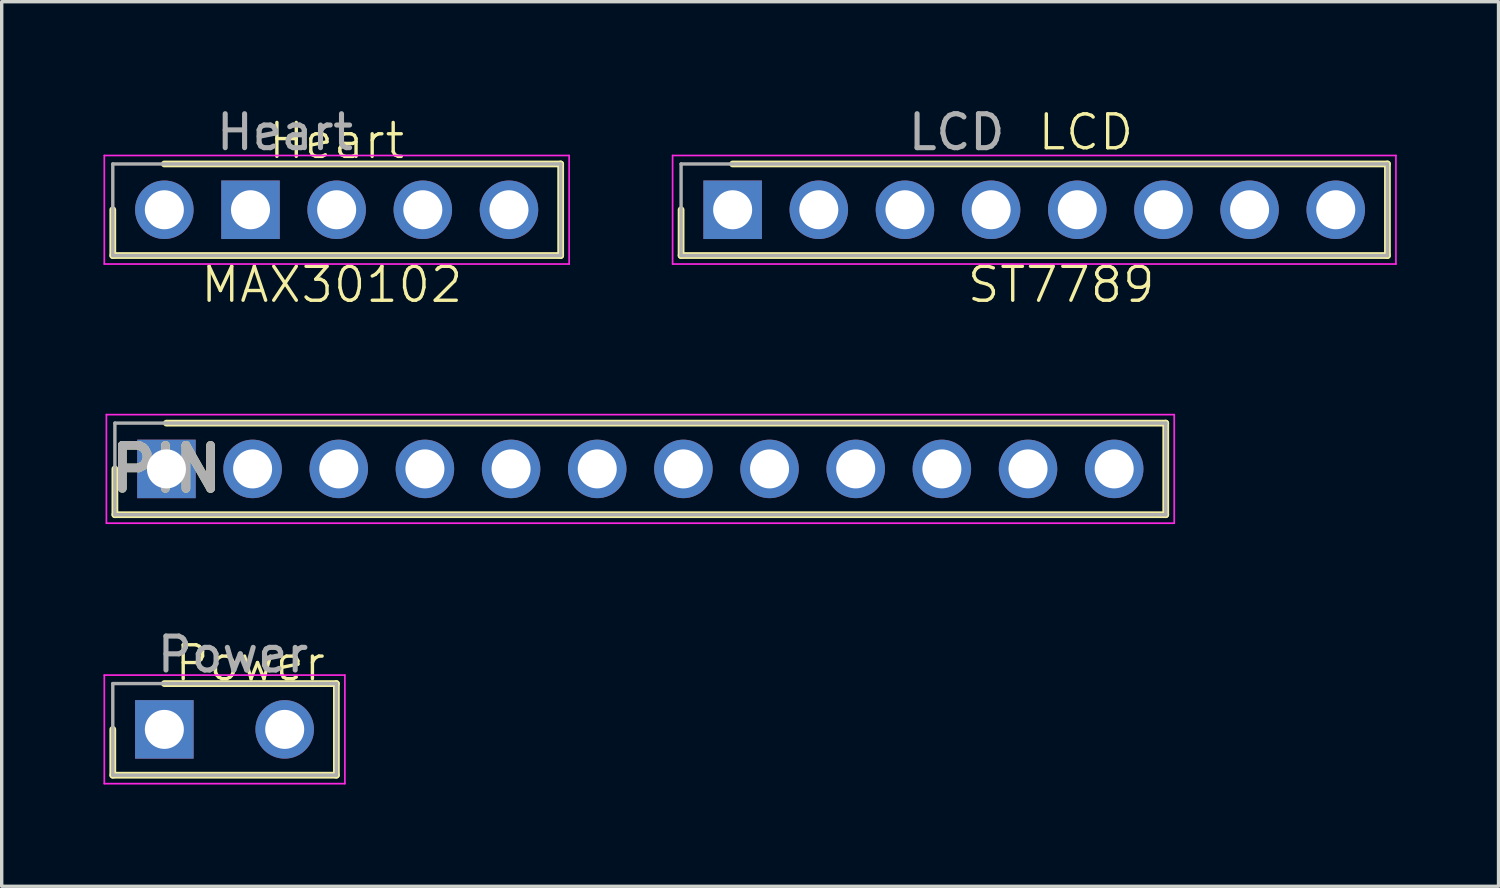
<source format=kicad_pcb>
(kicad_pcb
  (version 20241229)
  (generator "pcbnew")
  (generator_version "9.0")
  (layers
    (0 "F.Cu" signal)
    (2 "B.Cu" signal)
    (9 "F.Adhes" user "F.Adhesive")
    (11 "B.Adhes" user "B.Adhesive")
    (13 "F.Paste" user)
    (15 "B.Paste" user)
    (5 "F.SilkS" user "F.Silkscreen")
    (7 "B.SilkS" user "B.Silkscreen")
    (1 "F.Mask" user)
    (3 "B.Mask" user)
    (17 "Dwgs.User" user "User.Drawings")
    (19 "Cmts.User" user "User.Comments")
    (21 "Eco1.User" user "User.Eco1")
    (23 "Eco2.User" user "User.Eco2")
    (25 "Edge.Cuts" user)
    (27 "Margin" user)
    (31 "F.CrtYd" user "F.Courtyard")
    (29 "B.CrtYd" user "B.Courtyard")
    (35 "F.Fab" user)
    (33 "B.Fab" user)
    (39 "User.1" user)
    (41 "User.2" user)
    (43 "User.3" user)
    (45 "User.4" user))
  (footprint "LCD"
    (layer "F.Cu")
    (at 28.709 2.88)
    (property "Reference" "LCD" (at 0.254 -2.032 0) (unlocked yes) (layer "F.SilkS") (effects (font (size 1 1) (thickness 0.1))))
    (attr through_hole)
    (fp_line (start -11.68 0.254) (end -11.68 1.604) (stroke (width 0.2) (type solid)) (layer "F.SilkS"))
    (fp_line (start -11.68 1.604) (end 9.144 1.604) (stroke (width 0.2) (type solid)) (layer "F.SilkS"))
    (fp_line (start 9.144 -1.096) (end -10.16 -1.096) (stroke (width 0.2) (type solid)) (layer "F.SilkS"))
    (fp_line (start 9.144 1.604) (end 9.144 -1.096) (stroke (width 0.2) (type solid)) (layer "F.SilkS"))
    (fp_line (start -11.93 -1.346) (end 9.394 -1.346) (stroke (width 0.05) (type solid)) (layer "F.CrtYd"))
    (fp_line (start -11.93 1.854) (end -11.93 -1.346) (stroke (width 0.05) (type solid)) (layer "F.CrtYd"))
    (fp_line (start 9.394 -1.346) (end 9.394 1.854) (stroke (width 0.05) (type solid)) (layer "F.CrtYd"))
    (fp_line (start 9.394 1.854) (end -11.93 1.854) (stroke (width 0.05) (type solid)) (layer "F.CrtYd"))
    (fp_line (start -11.68 -1.096) (end 9.144 -1.096) (stroke (width 0.1) (type solid)) (layer "F.Fab"))
    (fp_line (start -11.68 1.604) (end -11.68 -1.096) (stroke (width 0.1) (type solid)) (layer "F.Fab"))
    (fp_line (start 9.144 -1.096) (end 9.144 1.604) (stroke (width 0.1) (type solid)) (layer "F.Fab"))
    (fp_line (start 9.144 1.604) (end -11.68 1.604) (stroke (width 0.1) (type solid)) (layer "F.Fab"))
    (fp_text user "ST7789" (at -3.302 3.048 0) (unlocked yes) (layer "F.SilkS") (effects (font (size 1 1) (thickness 0.1)) (justify left bottom)))
    (fp_text user "${REFERENCE}" (at -3.556 -2.032 0) (unlocked yes) (layer "F.Fab") (effects (font (size 1 1) (thickness 0.15))))
    (pad "1" thru_hole circle (at 7.62 0.254) (size 1.725 1.725) (drill 1.15) (layers "*.Cu" "*.Mask"))
    (pad "2" thru_hole circle (at 5.08 0.254) (size 1.725 1.725) (drill 1.15) (layers "*.Cu" "*.Mask"))
    (pad "3" thru_hole circle (at 2.54 0.254) (size 1.725 1.725) (drill 1.15) (layers "*.Cu" "*.Mask"))
    (pad "4" thru_hole circle (at 0 0.254) (size 1.725 1.725) (drill 1.15) (layers "*.Cu" "*.Mask"))
    (pad "5" thru_hole circle (at -2.54 0.254) (size 1.725 1.725) (drill 1.15) (layers "*.Cu" "*.Mask"))
    (pad "6" thru_hole circle (at -5.08 0.254) (size 1.725 1.725) (drill 1.15) (layers "*.Cu" "*.Mask"))
    (pad "7" thru_hole circle (at -7.62 0.254) (size 1.725 1.725) (drill 1.15) (layers "*.Cu" "*.Mask"))
    (pad "8" thru_hole rect (at -10.16 0.254) (size 1.725 1.725) (drill 1.15) (layers "*.Cu" "*.Mask")))
  (footprint "Heart"
    (layer "F.Cu")
    (at 6.875 2.88)
    (property "Reference" "Heart" (at 0 -1.778 0) (unlocked yes) (layer "F.SilkS") (effects (font (size 1 1) (thickness 0.1))))
    (attr through_hole)
    (fp_line (start -6.6 0.254) (end -6.6 1.604) (stroke (width 0.2) (type solid)) (layer "F.SilkS"))
    (fp_line (start -6.6 1.604) (end 6.604 1.604) (stroke (width 0.2) (type solid)) (layer "F.SilkS"))
    (fp_line (start 6.604 -1.096) (end -5.08 -1.096) (stroke (width 0.2) (type solid)) (layer "F.SilkS"))
    (fp_line (start 6.604 1.604) (end 6.604 -1.096) (stroke (width 0.2) (type solid)) (layer "F.SilkS"))
    (fp_line (start -6.85 -1.346) (end 6.854 -1.346) (stroke (width 0.05) (type solid)) (layer "F.CrtYd"))
    (fp_line (start -6.85 1.854) (end -6.85 -1.346) (stroke (width 0.05) (type solid)) (layer "F.CrtYd"))
    (fp_line (start 6.854 -1.346) (end 6.854 1.854) (stroke (width 0.05) (type solid)) (layer "F.CrtYd"))
    (fp_line (start 6.854 1.854) (end -6.85 1.854) (stroke (width 0.05) (type solid)) (layer "F.CrtYd"))
    (fp_line (start -6.6 -1.096) (end 6.604 -1.096) (stroke (width 0.1) (type solid)) (layer "F.Fab"))
    (fp_line (start -6.6 1.604) (end -6.6 -1.096) (stroke (width 0.1) (type solid)) (layer "F.Fab"))
    (fp_line (start 6.604 -1.096) (end 6.604 1.604) (stroke (width 0.1) (type solid)) (layer "F.Fab"))
    (fp_line (start 6.604 1.604) (end -6.6 1.604) (stroke (width 0.1) (type solid)) (layer "F.Fab"))
    (fp_text user "MAX30102" (at -4.064 3.048 0) (unlocked yes) (layer "F.SilkS") (effects (font (size 1 1) (thickness 0.1)) (justify left bottom)))
    (fp_text user "${REFERENCE}" (at -1.524 -2.032 0) (unlocked yes) (layer "F.Fab") (effects (font (size 1 1) (thickness 0.15))))
    (pad "1" thru_hole circle (at -5.08 0.254) (size 1.725 1.725) (drill 1.15) (layers "*.Cu" "*.Mask"))
    (pad "2" thru_hole rect (at -2.54 0.254) (size 1.725 1.725) (drill 1.15) (layers "*.Cu" "*.Mask"))
    (pad "3" thru_hole circle (at 0 0.254) (size 1.725 1.725) (drill 1.15) (layers "*.Cu" "*.Mask"))
    (pad "4" thru_hole circle (at 2.54 0.254) (size 1.725 1.725) (drill 1.15) (layers "*.Cu" "*.Mask"))
    (pad "5" thru_hole circle (at 5.08 0.254) (size 1.725 1.725) (drill 1.15) (layers "*.Cu" "*.Mask")))
  (footprint "PIN"
    (layer "F.Cu")
    (at 1.857 10.774)
    (property "Reference" "PIN" (at 0 0 0) (layer "F.SilkS") (effects (font (size 1.27 1.27) (thickness 0.254))))
    (attr through_hole)
    (fp_line (start -1.52 0) (end -1.52 1.35) (stroke (width 0.2) (type solid)) (layer "F.SilkS"))
    (fp_line (start -1.52 1.35) (end 29.46 1.35) (stroke (width 0.2) (type solid)) (layer "F.SilkS"))
    (fp_line (start 29.46 -1.35) (end 0 -1.35) (stroke (width 0.2) (type solid)) (layer "F.SilkS"))
    (fp_line (start 29.46 1.35) (end 29.46 -1.35) (stroke (width 0.2) (type solid)) (layer "F.SilkS"))
    (fp_line (start -1.77 -1.6) (end 29.71 -1.6) (stroke (width 0.05) (type solid)) (layer "F.CrtYd"))
    (fp_line (start -1.77 1.6) (end -1.77 -1.6) (stroke (width 0.05) (type solid)) (layer "F.CrtYd"))
    (fp_line (start 29.71 -1.6) (end 29.71 1.6) (stroke (width 0.05) (type solid)) (layer "F.CrtYd"))
    (fp_line (start 29.71 1.6) (end -1.77 1.6) (stroke (width 0.05) (type solid)) (layer "F.CrtYd"))
    (fp_line (start -1.52 -1.35) (end 29.46 -1.35) (stroke (width 0.1) (type solid)) (layer "F.Fab"))
    (fp_line (start -1.52 1.35) (end -1.52 -1.35) (stroke (width 0.1) (type solid)) (layer "F.Fab"))
    (fp_line (start 29.46 -1.35) (end 29.46 1.35) (stroke (width 0.1) (type solid)) (layer "F.Fab"))
    (fp_line (start 29.46 1.35) (end -1.52 1.35) (stroke (width 0.1) (type solid)) (layer "F.Fab"))
    (fp_text user "${REFERENCE}" (at 0 0 0) (layer "F.Fab") (effects (font (size 1.27 1.27) (thickness 0.254))))
    (pad "1" thru_hole rect (at 0 0) (size 1.725 1.725) (drill 1.15) (layers "*.Cu" "*.Mask"))
    (pad "2" thru_hole circle (at 2.54 0) (size 1.725 1.725) (drill 1.15) (layers "*.Cu" "*.Mask"))
    (pad "3" thru_hole circle (at 5.08 0) (size 1.725 1.725) (drill 1.15) (layers "*.Cu" "*.Mask"))
    (pad "4" thru_hole circle (at 7.62 0) (size 1.725 1.725) (drill 1.15) (layers "*.Cu" "*.Mask"))
    (pad "5" thru_hole circle (at 10.16 0) (size 1.725 1.725) (drill 1.15) (layers "*.Cu" "*.Mask"))
    (pad "6" thru_hole circle (at 12.7 0) (size 1.725 1.725) (drill 1.15) (layers "*.Cu" "*.Mask"))
    (pad "7" thru_hole circle (at 15.24 0) (size 1.725 1.725) (drill 1.15) (layers "*.Cu" "*.Mask"))
    (pad "8" thru_hole circle (at 17.78 0) (size 1.725 1.725) (drill 1.15) (layers "*.Cu" "*.Mask"))
    (pad "9" thru_hole circle (at 20.32 0) (size 1.725 1.725) (drill 1.15) (layers "*.Cu" "*.Mask"))
    (pad "10" thru_hole circle (at 22.86 0) (size 1.725 1.725) (drill 1.15) (layers "*.Cu" "*.Mask"))
    (pad "11" thru_hole circle (at 25.4 0) (size 1.725 1.725) (drill 1.15) (layers "*.Cu" "*.Mask"))
    (pad "12" thru_hole circle (at 27.94 0) (size 1.725 1.725) (drill 1.15) (layers "*.Cu" "*.Mask")))
  (footprint "Power"
    (layer "F.Cu")
    (at 3.565 18.279)
    (property "Reference" "Power" (at 0.762 -1.778 0) (unlocked yes) (layer "F.SilkS") (effects (font (size 1 1) (thickness 0.1))))
    (attr through_hole)
    (fp_line (start -3.29 0.174) (end -3.29 1.524) (stroke (width 0.2) (type solid)) (layer "F.SilkS"))
    (fp_line (start -3.29 1.524) (end 3.302 1.524) (stroke (width 0.2) (type solid)) (layer "F.SilkS"))
    (fp_line (start 3.302 -1.176) (end -1.77 -1.176) (stroke (width 0.2) (type solid)) (layer "F.SilkS"))
    (fp_line (start 3.302 1.524) (end 3.302 -1.176) (stroke (width 0.2) (type solid)) (layer "F.SilkS"))
    (fp_line (start -3.54 -1.426) (end 3.552 -1.426) (stroke (width 0.05) (type solid)) (layer "F.CrtYd"))
    (fp_line (start -3.54 1.774) (end -3.54 -1.426) (stroke (width 0.05) (type solid)) (layer "F.CrtYd"))
    (fp_line (start 3.552 -1.426) (end 3.552 1.774) (stroke (width 0.05) (type solid)) (layer "F.CrtYd"))
    (fp_line (start 3.552 1.774) (end -3.54 1.774) (stroke (width 0.05) (type solid)) (layer "F.CrtYd"))
    (fp_line (start -3.29 -1.176) (end 3.302 -1.176) (stroke (width 0.1) (type solid)) (layer "F.Fab"))
    (fp_line (start -3.29 1.524) (end -3.29 -1.176) (stroke (width 0.1) (type solid)) (layer "F.Fab"))
    (fp_line (start 3.302 -1.176) (end 3.302 1.524) (stroke (width 0.1) (type solid)) (layer "F.Fab"))
    (fp_line (start 3.302 1.524) (end -3.29 1.524) (stroke (width 0.1) (type solid)) (layer "F.Fab"))
    (fp_text user "${REFERENCE}" (at 0.254 -2.032 0) (unlocked yes) (layer "F.Fab") (effects (font (size 1 1) (thickness 0.15))))
    (pad "1" thru_hole rect (at -1.77 0.174) (size 1.725 1.725) (drill 1.15) (layers "*.Cu" "*.Mask"))
    (pad "2" thru_hole circle (at 1.778 0.174) (size 1.725 1.725) (drill 1.15) (layers "*.Cu" "*.Mask")))
  (gr_rect
    (start -3 -3)
    (end 41.128 23.078)
    (stroke (width 0.1) (type default))
    (fill no)
    (layer "Edge.Cuts")))
</source>
